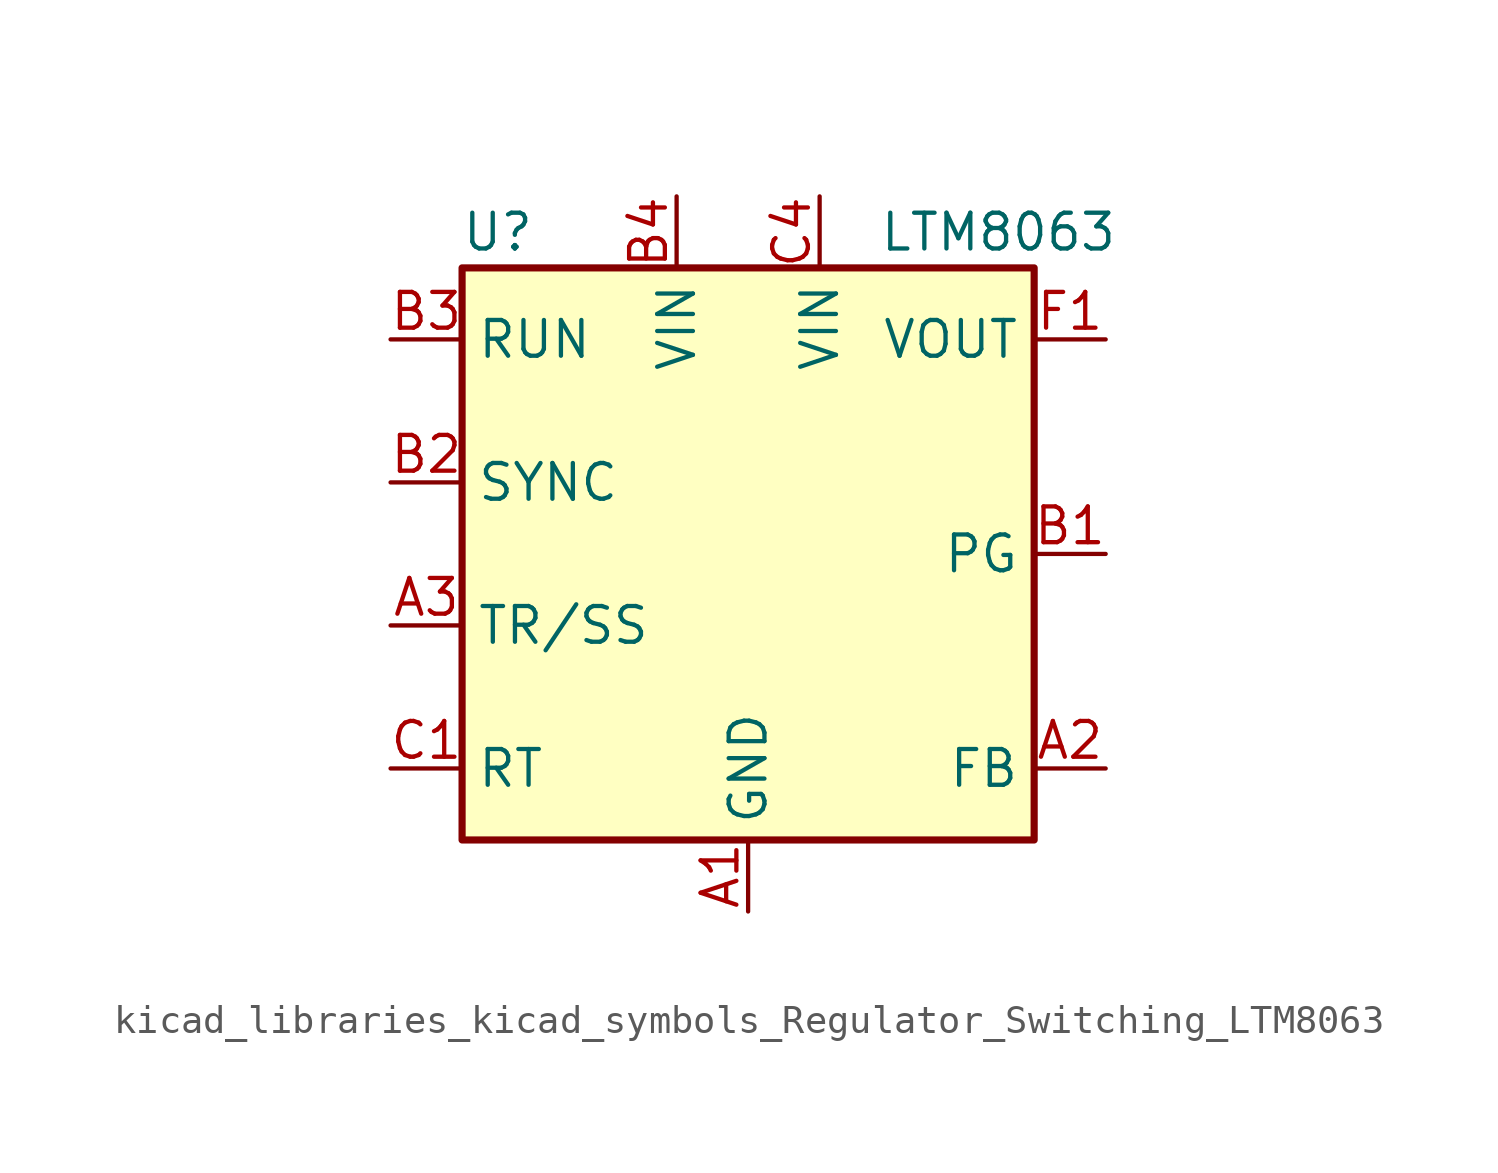
<source format=kicad_sym>
(kicad_symbol_lib
  (version 20220914)
  (generator kicad_symbol_editor)
  (symbol "kicad_libraries_kicad_symbols_Regulator_Switching_LTM8063"
    (property "Reference" "U"
      (at -8.89 11.43 0)
      (effects (font (size 1.27 1.27))))
    (property "Value" "LTM8063"
      (at 8.89 11.43 0)
      (effects (font (size 1.27 1.27))))
    (symbol "kicad_libraries_kicad_symbols_Regulator_Switching_LTM8063_0_1"
      (rectangle (start 10.16 10.16) (end -10.16 -10.16) (stroke (width 0.254) (type default)) (fill (type background))))
    (symbol "kicad_libraries_kicad_symbols_Regulator_Switching_LTM8063_1_1"
      (pin power_in line (at 0 -12.7 90) (length 2.54) (name "GND" (effects (font (size 1.27 1.27)))) (number "A1" (effects (font (size 1.27 1.27)))))
      (pin input line (at 12.7 -7.62 180) (length 2.54) (name "FB" (effects (font (size 1.27 1.27)))) (number "A2" (effects (font (size 1.27 1.27)))))
      (pin input line (at -12.7 -2.54 0) (length 2.54) (name "TR/SS" (effects (font (size 1.27 1.27)))) (number "A3" (effects (font (size 1.27 1.27)))))
      (pin passive line (at 0 -12.7 90) (length 2.54) hide (name "GND" (effects (font (size 1.27 1.27)))) (number "A4" (effects (font (size 1.27 1.27)))))
      (pin open_collector line (at 12.7 0 180) (length 2.54) (name "PG" (effects (font (size 1.27 1.27)))) (number "B1" (effects (font (size 1.27 1.27)))))
      (pin input line (at -12.7 2.54 0) (length 2.54) (name "SYNC" (effects (font (size 1.27 1.27)))) (number "B2" (effects (font (size 1.27 1.27)))))
      (pin input line (at -12.7 7.62 0) (length 2.54) (name "RUN" (effects (font (size 1.27 1.27)))) (number "B3" (effects (font (size 1.27 1.27)))))
      (pin power_in line (at -2.54 12.7 270) (length 2.54) (name "VIN" (effects (font (size 1.27 1.27)))) (number "B4" (effects (font (size 1.27 1.27)))))
      (pin input line (at -12.7 -7.62 0) (length 2.54) (name "RT" (effects (font (size 1.27 1.27)))) (number "C1" (effects (font (size 1.27 1.27)))))
      (pin passive line (at 0 -12.7 90) (length 2.54) hide (name "GND" (effects (font (size 1.27 1.27)))) (number "C2" (effects (font (size 1.27 1.27)))))
      (pin passive line (at 0 -12.7 90) (length 2.54) hide (name "GND" (effects (font (size 1.27 1.27)))) (number "C3" (effects (font (size 1.27 1.27)))))
      (pin power_in line (at 2.54 12.7 270) (length 2.54) (name "VIN" (effects (font (size 1.27 1.27)))) (number "C4" (effects (font (size 1.27 1.27)))))
      (pin passive line (at 0 -12.7 90) (length 2.54) hide (name "GND" (effects (font (size 1.27 1.27)))) (number "D1" (effects (font (size 1.27 1.27)))))
      (pin passive line (at 0 -12.7 90) (length 2.54) hide (name "GND" (effects (font (size 1.27 1.27)))) (number "D2" (effects (font (size 1.27 1.27)))))
      (pin passive line (at 0 -12.7 90) (length 2.54) hide (name "GND" (effects (font (size 1.27 1.27)))) (number "D3" (effects (font (size 1.27 1.27)))))
      (pin passive line (at 0 -12.7 90) (length 2.54) hide (name "GND" (effects (font (size 1.27 1.27)))) (number "D4" (effects (font (size 1.27 1.27)))))
      (pin passive line (at 0 -12.7 90) (length 2.54) hide (name "GND" (effects (font (size 1.27 1.27)))) (number "E1" (effects (font (size 1.27 1.27)))))
      (pin passive line (at 0 -12.7 90) (length 2.54) hide (name "GND" (effects (font (size 1.27 1.27)))) (number "E2" (effects (font (size 1.27 1.27)))))
      (pin passive line (at 0 -12.7 90) (length 2.54) hide (name "GND" (effects (font (size 1.27 1.27)))) (number "E3" (effects (font (size 1.27 1.27)))))
      (pin passive line (at 0 -12.7 90) (length 2.54) hide (name "GND" (effects (font (size 1.27 1.27)))) (number "E4" (effects (font (size 1.27 1.27)))))
      (pin power_out line (at 12.7 7.62 180) (length 2.54) (name "VOUT" (effects (font (size 1.27 1.27)))) (number "F1" (effects (font (size 1.27 1.27)))))
      (pin passive line (at 12.7 7.62 180) (length 2.54) hide (name "VOUT" (effects (font (size 1.27 1.27)))) (number "F2" (effects (font (size 1.27 1.27)))))
      (pin passive line (at 12.7 7.62 180) (length 2.54) hide (name "VOUT" (effects (font (size 1.27 1.27)))) (number "F3" (effects (font (size 1.27 1.27)))))
      (pin passive line (at 12.7 7.62 180) (length 2.54) hide (name "VOUT" (effects (font (size 1.27 1.27)))) (number "F4" (effects (font (size 1.27 1.27)))))
      (pin passive line (at 12.7 7.62 180) (length 2.54) hide (name "VOUT" (effects (font (size 1.27 1.27)))) (number "G1" (effects (font (size 1.27 1.27)))))
      (pin passive line (at 12.7 7.62 180) (length 2.54) hide (name "VOUT" (effects (font (size 1.27 1.27)))) (number "G2" (effects (font (size 1.27 1.27)))))
      (pin passive line (at 12.7 7.62 180) (length 2.54) hide (name "VOUT" (effects (font (size 1.27 1.27)))) (number "G3" (effects (font (size 1.27 1.27)))))
      (pin passive line (at 12.7 7.62 180) (length 2.54) hide (name "VOUT" (effects (font (size 1.27 1.27)))) (number "G4" (effects (font (size 1.27 1.27))))))))
</source>
